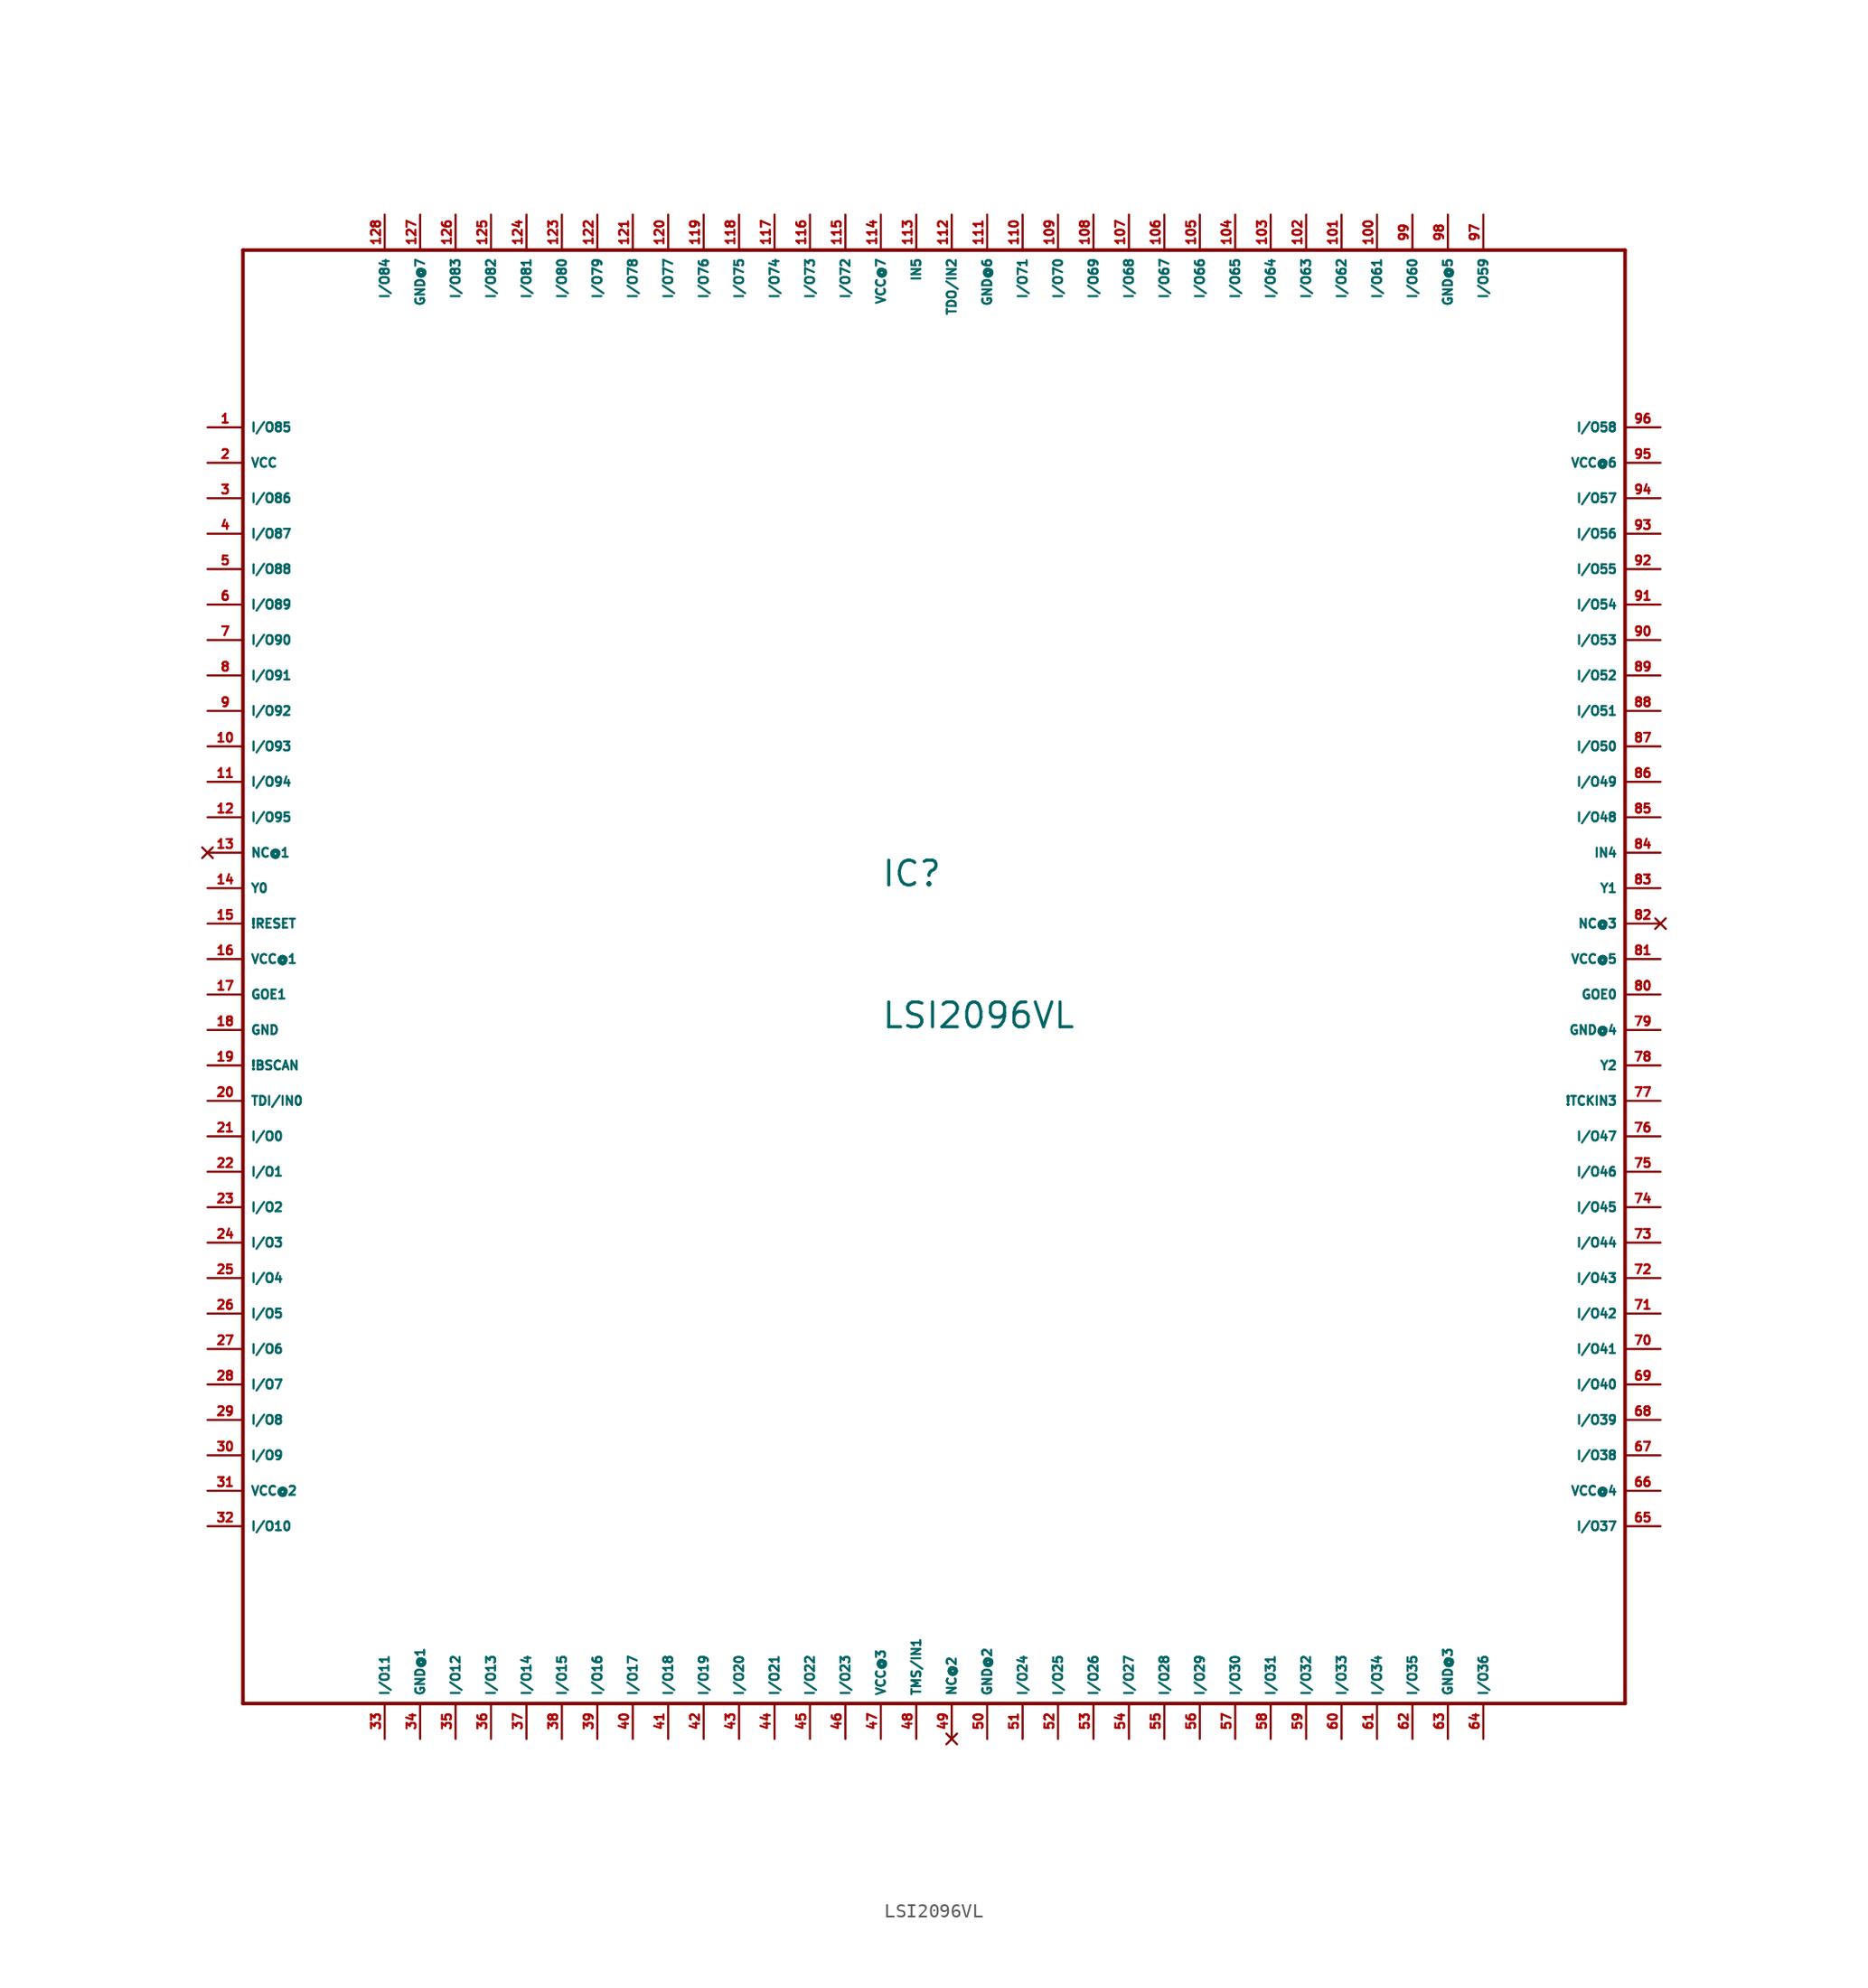
<source format=kicad_sym>
(kicad_symbol_lib
  (version 20220914)
  (generator Eagle2Kicad)
  (symbol "LSI2096VL"
    (property "Reference" "IC"
      (at -5.08 5.08 0)
      (effects (font (size 1.778 1.778) (thickness 0.22)) (justify left bottom)))
    (property "Value" "LSI2096VL"
      (at -5.08 -5.08 0)
      (effects (font (size 1.778 1.778) (thickness 0.22)) (justify left bottom)))
    (polyline
      (pts (xy -50.8 50.8) (xy 48.26 50.8))
      (stroke (width 0.254) (type default))
      (fill (type none)))
    (polyline
      (pts (xy 48.26 50.8) (xy 48.26 -53.34))
      (stroke (width 0.254) (type default))
      (fill (type none)))
    (polyline
      (pts (xy 48.26 -53.34) (xy -50.8 -53.34))
      (stroke (width 0.254) (type default))
      (fill (type none)))
    (polyline
      (pts (xy -50.8 -53.34) (xy -50.8 50.8))
      (stroke (width 0.254) (type default))
      (fill (type none)))
    (pin bidirectional line
      (at -53.34 -12.7 0)
      (length 2.54)
      (name "I/O0" (effects (font (size 0.635 0.635) (thickness 0.08)) (justify left bottom)))
      (number "21" (effects (font (size 0.635 0.635) (thickness 0.08)) (justify left bottom))))
    (pin bidirectional line
      (at -53.34 -15.24 0)
      (length 2.54)
      (name "I/O1" (effects (font (size 0.635 0.635) (thickness 0.08)) (justify left bottom)))
      (number "22" (effects (font (size 0.635 0.635) (thickness 0.08)) (justify left bottom))))
    (pin bidirectional line
      (at -53.34 -17.78 0)
      (length 2.54)
      (name "I/O2" (effects (font (size 0.635 0.635) (thickness 0.08)) (justify left bottom)))
      (number "23" (effects (font (size 0.635 0.635) (thickness 0.08)) (justify left bottom))))
    (pin bidirectional line
      (at -53.34 -20.32 0)
      (length 2.54)
      (name "I/O3" (effects (font (size 0.635 0.635) (thickness 0.08)) (justify left bottom)))
      (number "24" (effects (font (size 0.635 0.635) (thickness 0.08)) (justify left bottom))))
    (pin bidirectional line
      (at -53.34 -22.86 0)
      (length 2.54)
      (name "I/O4" (effects (font (size 0.635 0.635) (thickness 0.08)) (justify left bottom)))
      (number "25" (effects (font (size 0.635 0.635) (thickness 0.08)) (justify left bottom))))
    (pin bidirectional line
      (at -53.34 -25.4 0)
      (length 2.54)
      (name "I/O5" (effects (font (size 0.635 0.635) (thickness 0.08)) (justify left bottom)))
      (number "26" (effects (font (size 0.635 0.635) (thickness 0.08)) (justify left bottom))))
    (pin bidirectional line
      (at -53.34 -27.94 0)
      (length 2.54)
      (name "I/O6" (effects (font (size 0.635 0.635) (thickness 0.08)) (justify left bottom)))
      (number "27" (effects (font (size 0.635 0.635) (thickness 0.08)) (justify left bottom))))
    (pin bidirectional line
      (at -53.34 -30.48 0)
      (length 2.54)
      (name "I/O7" (effects (font (size 0.635 0.635) (thickness 0.08)) (justify left bottom)))
      (number "28" (effects (font (size 0.635 0.635) (thickness 0.08)) (justify left bottom))))
    (pin bidirectional line
      (at -53.34 -33.02 0)
      (length 2.54)
      (name "I/O8" (effects (font (size 0.635 0.635) (thickness 0.08)) (justify left bottom)))
      (number "29" (effects (font (size 0.635 0.635) (thickness 0.08)) (justify left bottom))))
    (pin bidirectional line
      (at -53.34 -35.56 0)
      (length 2.54)
      (name "I/O9" (effects (font (size 0.635 0.635) (thickness 0.08)) (justify left bottom)))
      (number "30" (effects (font (size 0.635 0.635) (thickness 0.08)) (justify left bottom))))
    (pin bidirectional line
      (at -53.34 -40.64 0)
      (length 2.54)
      (name "I/O10" (effects (font (size 0.635 0.635) (thickness 0.08)) (justify left bottom)))
      (number "32" (effects (font (size 0.635 0.635) (thickness 0.08)) (justify left bottom))))
    (pin bidirectional line
      (at -40.64 -55.88 90)
      (length 2.54)
      (name "I/O11" (effects (font (size 0.635 0.635) (thickness 0.08)) (justify left bottom)))
      (number "33" (effects (font (size 0.635 0.635) (thickness 0.08)) (justify left bottom))))
    (pin bidirectional line
      (at -35.56 -55.88 90)
      (length 2.54)
      (name "I/O12" (effects (font (size 0.635 0.635) (thickness 0.08)) (justify left bottom)))
      (number "35" (effects (font (size 0.635 0.635) (thickness 0.08)) (justify left bottom))))
    (pin bidirectional line
      (at -33.02 -55.88 90)
      (length 2.54)
      (name "I/O13" (effects (font (size 0.635 0.635) (thickness 0.08)) (justify left bottom)))
      (number "36" (effects (font (size 0.635 0.635) (thickness 0.08)) (justify left bottom))))
    (pin bidirectional line
      (at -30.48 -55.88 90)
      (length 2.54)
      (name "I/O14" (effects (font (size 0.635 0.635) (thickness 0.08)) (justify left bottom)))
      (number "37" (effects (font (size 0.635 0.635) (thickness 0.08)) (justify left bottom))))
    (pin bidirectional line
      (at -27.94 -55.88 90)
      (length 2.54)
      (name "I/O15" (effects (font (size 0.635 0.635) (thickness 0.08)) (justify left bottom)))
      (number "38" (effects (font (size 0.635 0.635) (thickness 0.08)) (justify left bottom))))
    (pin bidirectional line
      (at -25.4 -55.88 90)
      (length 2.54)
      (name "I/O16" (effects (font (size 0.635 0.635) (thickness 0.08)) (justify left bottom)))
      (number "39" (effects (font (size 0.635 0.635) (thickness 0.08)) (justify left bottom))))
    (pin bidirectional line
      (at -22.86 -55.88 90)
      (length 2.54)
      (name "I/O17" (effects (font (size 0.635 0.635) (thickness 0.08)) (justify left bottom)))
      (number "40" (effects (font (size 0.635 0.635) (thickness 0.08)) (justify left bottom))))
    (pin bidirectional line
      (at -20.32 -55.88 90)
      (length 2.54)
      (name "I/O18" (effects (font (size 0.635 0.635) (thickness 0.08)) (justify left bottom)))
      (number "41" (effects (font (size 0.635 0.635) (thickness 0.08)) (justify left bottom))))
    (pin bidirectional line
      (at -17.78 -55.88 90)
      (length 2.54)
      (name "I/O19" (effects (font (size 0.635 0.635) (thickness 0.08)) (justify left bottom)))
      (number "42" (effects (font (size 0.635 0.635) (thickness 0.08)) (justify left bottom))))
    (pin bidirectional line
      (at -15.24 -55.88 90)
      (length 2.54)
      (name "I/O20" (effects (font (size 0.635 0.635) (thickness 0.08)) (justify left bottom)))
      (number "43" (effects (font (size 0.635 0.635) (thickness 0.08)) (justify left bottom))))
    (pin bidirectional line
      (at -12.7 -55.88 90)
      (length 2.54)
      (name "I/O21" (effects (font (size 0.635 0.635) (thickness 0.08)) (justify left bottom)))
      (number "44" (effects (font (size 0.635 0.635) (thickness 0.08)) (justify left bottom))))
    (pin bidirectional line
      (at -10.16 -55.88 90)
      (length 2.54)
      (name "I/O22" (effects (font (size 0.635 0.635) (thickness 0.08)) (justify left bottom)))
      (number "45" (effects (font (size 0.635 0.635) (thickness 0.08)) (justify left bottom))))
    (pin bidirectional line
      (at -7.62 -55.88 90)
      (length 2.54)
      (name "I/O23" (effects (font (size 0.635 0.635) (thickness 0.08)) (justify left bottom)))
      (number "46" (effects (font (size 0.635 0.635) (thickness 0.08)) (justify left bottom))))
    (pin bidirectional line
      (at 5.08 -55.88 90)
      (length 2.54)
      (name "I/O24" (effects (font (size 0.635 0.635) (thickness 0.08)) (justify left bottom)))
      (number "51" (effects (font (size 0.635 0.635) (thickness 0.08)) (justify left bottom))))
    (pin bidirectional line
      (at 7.62 -55.88 90)
      (length 2.54)
      (name "I/O25" (effects (font (size 0.635 0.635) (thickness 0.08)) (justify left bottom)))
      (number "52" (effects (font (size 0.635 0.635) (thickness 0.08)) (justify left bottom))))
    (pin bidirectional line
      (at 10.16 -55.88 90)
      (length 2.54)
      (name "I/O26" (effects (font (size 0.635 0.635) (thickness 0.08)) (justify left bottom)))
      (number "53" (effects (font (size 0.635 0.635) (thickness 0.08)) (justify left bottom))))
    (pin bidirectional line
      (at 12.7 -55.88 90)
      (length 2.54)
      (name "I/O27" (effects (font (size 0.635 0.635) (thickness 0.08)) (justify left bottom)))
      (number "54" (effects (font (size 0.635 0.635) (thickness 0.08)) (justify left bottom))))
    (pin bidirectional line
      (at 15.24 -55.88 90)
      (length 2.54)
      (name "I/O28" (effects (font (size 0.635 0.635) (thickness 0.08)) (justify left bottom)))
      (number "55" (effects (font (size 0.635 0.635) (thickness 0.08)) (justify left bottom))))
    (pin bidirectional line
      (at 17.78 -55.88 90)
      (length 2.54)
      (name "I/O29" (effects (font (size 0.635 0.635) (thickness 0.08)) (justify left bottom)))
      (number "56" (effects (font (size 0.635 0.635) (thickness 0.08)) (justify left bottom))))
    (pin bidirectional line
      (at 20.32 -55.88 90)
      (length 2.54)
      (name "I/O30" (effects (font (size 0.635 0.635) (thickness 0.08)) (justify left bottom)))
      (number "57" (effects (font (size 0.635 0.635) (thickness 0.08)) (justify left bottom))))
    (pin bidirectional line
      (at 22.86 -55.88 90)
      (length 2.54)
      (name "I/O31" (effects (font (size 0.635 0.635) (thickness 0.08)) (justify left bottom)))
      (number "58" (effects (font (size 0.635 0.635) (thickness 0.08)) (justify left bottom))))
    (pin bidirectional line
      (at 25.4 -55.88 90)
      (length 2.54)
      (name "I/O32" (effects (font (size 0.635 0.635) (thickness 0.08)) (justify left bottom)))
      (number "59" (effects (font (size 0.635 0.635) (thickness 0.08)) (justify left bottom))))
    (pin bidirectional line
      (at 27.94 -55.88 90)
      (length 2.54)
      (name "I/O33" (effects (font (size 0.635 0.635) (thickness 0.08)) (justify left bottom)))
      (number "60" (effects (font (size 0.635 0.635) (thickness 0.08)) (justify left bottom))))
    (pin bidirectional line
      (at 30.48 -55.88 90)
      (length 2.54)
      (name "I/O34" (effects (font (size 0.635 0.635) (thickness 0.08)) (justify left bottom)))
      (number "61" (effects (font (size 0.635 0.635) (thickness 0.08)) (justify left bottom))))
    (pin bidirectional line
      (at 33.02 -55.88 90)
      (length 2.54)
      (name "I/O35" (effects (font (size 0.635 0.635) (thickness 0.08)) (justify left bottom)))
      (number "62" (effects (font (size 0.635 0.635) (thickness 0.08)) (justify left bottom))))
    (pin bidirectional line
      (at 38.1 -55.88 90)
      (length 2.54)
      (name "I/O36" (effects (font (size 0.635 0.635) (thickness 0.08)) (justify left bottom)))
      (number "64" (effects (font (size 0.635 0.635) (thickness 0.08)) (justify left bottom))))
    (pin bidirectional line
      (at 50.8 -40.64 180)
      (length 2.54)
      (name "I/O37" (effects (font (size 0.635 0.635) (thickness 0.08)) (justify left bottom)))
      (number "65" (effects (font (size 0.635 0.635) (thickness 0.08)) (justify left bottom))))
    (pin bidirectional line
      (at 50.8 -35.56 180)
      (length 2.54)
      (name "I/O38" (effects (font (size 0.635 0.635) (thickness 0.08)) (justify left bottom)))
      (number "67" (effects (font (size 0.635 0.635) (thickness 0.08)) (justify left bottom))))
    (pin bidirectional line
      (at 50.8 -33.02 180)
      (length 2.54)
      (name "I/O39" (effects (font (size 0.635 0.635) (thickness 0.08)) (justify left bottom)))
      (number "68" (effects (font (size 0.635 0.635) (thickness 0.08)) (justify left bottom))))
    (pin bidirectional line
      (at 50.8 -30.48 180)
      (length 2.54)
      (name "I/O40" (effects (font (size 0.635 0.635) (thickness 0.08)) (justify left bottom)))
      (number "69" (effects (font (size 0.635 0.635) (thickness 0.08)) (justify left bottom))))
    (pin bidirectional line
      (at 50.8 -27.94 180)
      (length 2.54)
      (name "I/O41" (effects (font (size 0.635 0.635) (thickness 0.08)) (justify left bottom)))
      (number "70" (effects (font (size 0.635 0.635) (thickness 0.08)) (justify left bottom))))
    (pin bidirectional line
      (at 50.8 -25.4 180)
      (length 2.54)
      (name "I/O42" (effects (font (size 0.635 0.635) (thickness 0.08)) (justify left bottom)))
      (number "71" (effects (font (size 0.635 0.635) (thickness 0.08)) (justify left bottom))))
    (pin bidirectional line
      (at 50.8 -22.86 180)
      (length 2.54)
      (name "I/O43" (effects (font (size 0.635 0.635) (thickness 0.08)) (justify left bottom)))
      (number "72" (effects (font (size 0.635 0.635) (thickness 0.08)) (justify left bottom))))
    (pin bidirectional line
      (at 50.8 -20.32 180)
      (length 2.54)
      (name "I/O44" (effects (font (size 0.635 0.635) (thickness 0.08)) (justify left bottom)))
      (number "73" (effects (font (size 0.635 0.635) (thickness 0.08)) (justify left bottom))))
    (pin bidirectional line
      (at 50.8 -17.78 180)
      (length 2.54)
      (name "I/O45" (effects (font (size 0.635 0.635) (thickness 0.08)) (justify left bottom)))
      (number "74" (effects (font (size 0.635 0.635) (thickness 0.08)) (justify left bottom))))
    (pin bidirectional line
      (at 50.8 -15.24 180)
      (length 2.54)
      (name "I/O46" (effects (font (size 0.635 0.635) (thickness 0.08)) (justify left bottom)))
      (number "75" (effects (font (size 0.635 0.635) (thickness 0.08)) (justify left bottom))))
    (pin bidirectional line
      (at 50.8 -12.7 180)
      (length 2.54)
      (name "I/O47" (effects (font (size 0.635 0.635) (thickness 0.08)) (justify left bottom)))
      (number "76" (effects (font (size 0.635 0.635) (thickness 0.08)) (justify left bottom))))
    (pin bidirectional line
      (at 50.8 10.16 180)
      (length 2.54)
      (name "I/O48" (effects (font (size 0.635 0.635) (thickness 0.08)) (justify left bottom)))
      (number "85" (effects (font (size 0.635 0.635) (thickness 0.08)) (justify left bottom))))
    (pin bidirectional line
      (at 50.8 12.7 180)
      (length 2.54)
      (name "I/O49" (effects (font (size 0.635 0.635) (thickness 0.08)) (justify left bottom)))
      (number "86" (effects (font (size 0.635 0.635) (thickness 0.08)) (justify left bottom))))
    (pin bidirectional line
      (at 50.8 15.24 180)
      (length 2.54)
      (name "I/O50" (effects (font (size 0.635 0.635) (thickness 0.08)) (justify left bottom)))
      (number "87" (effects (font (size 0.635 0.635) (thickness 0.08)) (justify left bottom))))
    (pin bidirectional line
      (at 50.8 17.78 180)
      (length 2.54)
      (name "I/O51" (effects (font (size 0.635 0.635) (thickness 0.08)) (justify left bottom)))
      (number "88" (effects (font (size 0.635 0.635) (thickness 0.08)) (justify left bottom))))
    (pin bidirectional line
      (at 50.8 20.32 180)
      (length 2.54)
      (name "I/O52" (effects (font (size 0.635 0.635) (thickness 0.08)) (justify left bottom)))
      (number "89" (effects (font (size 0.635 0.635) (thickness 0.08)) (justify left bottom))))
    (pin bidirectional line
      (at 50.8 22.86 180)
      (length 2.54)
      (name "I/O53" (effects (font (size 0.635 0.635) (thickness 0.08)) (justify left bottom)))
      (number "90" (effects (font (size 0.635 0.635) (thickness 0.08)) (justify left bottom))))
    (pin bidirectional line
      (at 50.8 25.4 180)
      (length 2.54)
      (name "I/O54" (effects (font (size 0.635 0.635) (thickness 0.08)) (justify left bottom)))
      (number "91" (effects (font (size 0.635 0.635) (thickness 0.08)) (justify left bottom))))
    (pin bidirectional line
      (at 50.8 27.94 180)
      (length 2.54)
      (name "I/O55" (effects (font (size 0.635 0.635) (thickness 0.08)) (justify left bottom)))
      (number "92" (effects (font (size 0.635 0.635) (thickness 0.08)) (justify left bottom))))
    (pin bidirectional line
      (at 50.8 30.48 180)
      (length 2.54)
      (name "I/O56" (effects (font (size 0.635 0.635) (thickness 0.08)) (justify left bottom)))
      (number "93" (effects (font (size 0.635 0.635) (thickness 0.08)) (justify left bottom))))
    (pin bidirectional line
      (at 50.8 33.02 180)
      (length 2.54)
      (name "I/O57" (effects (font (size 0.635 0.635) (thickness 0.08)) (justify left bottom)))
      (number "94" (effects (font (size 0.635 0.635) (thickness 0.08)) (justify left bottom))))
    (pin bidirectional line
      (at 50.8 38.1 180)
      (length 2.54)
      (name "I/O58" (effects (font (size 0.635 0.635) (thickness 0.08)) (justify left bottom)))
      (number "96" (effects (font (size 0.635 0.635) (thickness 0.08)) (justify left bottom))))
    (pin bidirectional line
      (at 38.1 53.34 270)
      (length 2.54)
      (name "I/O59" (effects (font (size 0.635 0.635) (thickness 0.08)) (justify left bottom)))
      (number "97" (effects (font (size 0.635 0.635) (thickness 0.08)) (justify left bottom))))
    (pin bidirectional line
      (at 33.02 53.34 270)
      (length 2.54)
      (name "I/O60" (effects (font (size 0.635 0.635) (thickness 0.08)) (justify left bottom)))
      (number "99" (effects (font (size 0.635 0.635) (thickness 0.08)) (justify left bottom))))
    (pin bidirectional line
      (at 30.48 53.34 270)
      (length 2.54)
      (name "I/O61" (effects (font (size 0.635 0.635) (thickness 0.08)) (justify left bottom)))
      (number "100" (effects (font (size 0.635 0.635) (thickness 0.08)) (justify left bottom))))
    (pin bidirectional line
      (at 27.94 53.34 270)
      (length 2.54)
      (name "I/O62" (effects (font (size 0.635 0.635) (thickness 0.08)) (justify left bottom)))
      (number "101" (effects (font (size 0.635 0.635) (thickness 0.08)) (justify left bottom))))
    (pin bidirectional line
      (at 25.4 53.34 270)
      (length 2.54)
      (name "I/O63" (effects (font (size 0.635 0.635) (thickness 0.08)) (justify left bottom)))
      (number "102" (effects (font (size 0.635 0.635) (thickness 0.08)) (justify left bottom))))
    (pin bidirectional line
      (at 22.86 53.34 270)
      (length 2.54)
      (name "I/O64" (effects (font (size 0.635 0.635) (thickness 0.08)) (justify left bottom)))
      (number "103" (effects (font (size 0.635 0.635) (thickness 0.08)) (justify left bottom))))
    (pin bidirectional line
      (at 20.32 53.34 270)
      (length 2.54)
      (name "I/O65" (effects (font (size 0.635 0.635) (thickness 0.08)) (justify left bottom)))
      (number "104" (effects (font (size 0.635 0.635) (thickness 0.08)) (justify left bottom))))
    (pin bidirectional line
      (at 17.78 53.34 270)
      (length 2.54)
      (name "I/O66" (effects (font (size 0.635 0.635) (thickness 0.08)) (justify left bottom)))
      (number "105" (effects (font (size 0.635 0.635) (thickness 0.08)) (justify left bottom))))
    (pin bidirectional line
      (at 15.24 53.34 270)
      (length 2.54)
      (name "I/O67" (effects (font (size 0.635 0.635) (thickness 0.08)) (justify left bottom)))
      (number "106" (effects (font (size 0.635 0.635) (thickness 0.08)) (justify left bottom))))
    (pin bidirectional line
      (at 12.7 53.34 270)
      (length 2.54)
      (name "I/O68" (effects (font (size 0.635 0.635) (thickness 0.08)) (justify left bottom)))
      (number "107" (effects (font (size 0.635 0.635) (thickness 0.08)) (justify left bottom))))
    (pin bidirectional line
      (at 10.16 53.34 270)
      (length 2.54)
      (name "I/O69" (effects (font (size 0.635 0.635) (thickness 0.08)) (justify left bottom)))
      (number "108" (effects (font (size 0.635 0.635) (thickness 0.08)) (justify left bottom))))
    (pin bidirectional line
      (at 7.62 53.34 270)
      (length 2.54)
      (name "I/O70" (effects (font (size 0.635 0.635) (thickness 0.08)) (justify left bottom)))
      (number "109" (effects (font (size 0.635 0.635) (thickness 0.08)) (justify left bottom))))
    (pin bidirectional line
      (at 5.08 53.34 270)
      (length 2.54)
      (name "I/O71" (effects (font (size 0.635 0.635) (thickness 0.08)) (justify left bottom)))
      (number "110" (effects (font (size 0.635 0.635) (thickness 0.08)) (justify left bottom))))
    (pin bidirectional line
      (at -7.62 53.34 270)
      (length 2.54)
      (name "I/O72" (effects (font (size 0.635 0.635) (thickness 0.08)) (justify left bottom)))
      (number "115" (effects (font (size 0.635 0.635) (thickness 0.08)) (justify left bottom))))
    (pin bidirectional line
      (at -10.16 53.34 270)
      (length 2.54)
      (name "I/O73" (effects (font (size 0.635 0.635) (thickness 0.08)) (justify left bottom)))
      (number "116" (effects (font (size 0.635 0.635) (thickness 0.08)) (justify left bottom))))
    (pin bidirectional line
      (at -12.7 53.34 270)
      (length 2.54)
      (name "I/O74" (effects (font (size 0.635 0.635) (thickness 0.08)) (justify left bottom)))
      (number "117" (effects (font (size 0.635 0.635) (thickness 0.08)) (justify left bottom))))
    (pin bidirectional line
      (at -15.24 53.34 270)
      (length 2.54)
      (name "I/O75" (effects (font (size 0.635 0.635) (thickness 0.08)) (justify left bottom)))
      (number "118" (effects (font (size 0.635 0.635) (thickness 0.08)) (justify left bottom))))
    (pin bidirectional line
      (at -17.78 53.34 270)
      (length 2.54)
      (name "I/O76" (effects (font (size 0.635 0.635) (thickness 0.08)) (justify left bottom)))
      (number "119" (effects (font (size 0.635 0.635) (thickness 0.08)) (justify left bottom))))
    (pin bidirectional line
      (at -20.32 53.34 270)
      (length 2.54)
      (name "I/O77" (effects (font (size 0.635 0.635) (thickness 0.08)) (justify left bottom)))
      (number "120" (effects (font (size 0.635 0.635) (thickness 0.08)) (justify left bottom))))
    (pin bidirectional line
      (at -22.86 53.34 270)
      (length 2.54)
      (name "I/O78" (effects (font (size 0.635 0.635) (thickness 0.08)) (justify left bottom)))
      (number "121" (effects (font (size 0.635 0.635) (thickness 0.08)) (justify left bottom))))
    (pin bidirectional line
      (at -25.4 53.34 270)
      (length 2.54)
      (name "I/O79" (effects (font (size 0.635 0.635) (thickness 0.08)) (justify left bottom)))
      (number "122" (effects (font (size 0.635 0.635) (thickness 0.08)) (justify left bottom))))
    (pin bidirectional line
      (at -27.94 53.34 270)
      (length 2.54)
      (name "I/O80" (effects (font (size 0.635 0.635) (thickness 0.08)) (justify left bottom)))
      (number "123" (effects (font (size 0.635 0.635) (thickness 0.08)) (justify left bottom))))
    (pin bidirectional line
      (at -30.48 53.34 270)
      (length 2.54)
      (name "I/O81" (effects (font (size 0.635 0.635) (thickness 0.08)) (justify left bottom)))
      (number "124" (effects (font (size 0.635 0.635) (thickness 0.08)) (justify left bottom))))
    (pin bidirectional line
      (at -33.02 53.34 270)
      (length 2.54)
      (name "I/O82" (effects (font (size 0.635 0.635) (thickness 0.08)) (justify left bottom)))
      (number "125" (effects (font (size 0.635 0.635) (thickness 0.08)) (justify left bottom))))
    (pin bidirectional line
      (at -35.56 53.34 270)
      (length 2.54)
      (name "I/O83" (effects (font (size 0.635 0.635) (thickness 0.08)) (justify left bottom)))
      (number "126" (effects (font (size 0.635 0.635) (thickness 0.08)) (justify left bottom))))
    (pin bidirectional line
      (at -40.64 53.34 270)
      (length 2.54)
      (name "I/O84" (effects (font (size 0.635 0.635) (thickness 0.08)) (justify left bottom)))
      (number "128" (effects (font (size 0.635 0.635) (thickness 0.08)) (justify left bottom))))
    (pin bidirectional line
      (at -53.34 38.1 0)
      (length 2.54)
      (name "I/O85" (effects (font (size 0.635 0.635) (thickness 0.08)) (justify left bottom)))
      (number "1" (effects (font (size 0.635 0.635) (thickness 0.08)) (justify left bottom))))
    (pin bidirectional line
      (at -53.34 33.02 0)
      (length 2.54)
      (name "I/O86" (effects (font (size 0.635 0.635) (thickness 0.08)) (justify left bottom)))
      (number "3" (effects (font (size 0.635 0.635) (thickness 0.08)) (justify left bottom))))
    (pin bidirectional line
      (at -53.34 30.48 0)
      (length 2.54)
      (name "I/O87" (effects (font (size 0.635 0.635) (thickness 0.08)) (justify left bottom)))
      (number "4" (effects (font (size 0.635 0.635) (thickness 0.08)) (justify left bottom))))
    (pin bidirectional line
      (at -53.34 27.94 0)
      (length 2.54)
      (name "I/O88" (effects (font (size 0.635 0.635) (thickness 0.08)) (justify left bottom)))
      (number "5" (effects (font (size 0.635 0.635) (thickness 0.08)) (justify left bottom))))
    (pin bidirectional line
      (at -53.34 25.4 0)
      (length 2.54)
      (name "I/O89" (effects (font (size 0.635 0.635) (thickness 0.08)) (justify left bottom)))
      (number "6" (effects (font (size 0.635 0.635) (thickness 0.08)) (justify left bottom))))
    (pin bidirectional line
      (at -53.34 22.86 0)
      (length 2.54)
      (name "I/O90" (effects (font (size 0.635 0.635) (thickness 0.08)) (justify left bottom)))
      (number "7" (effects (font (size 0.635 0.635) (thickness 0.08)) (justify left bottom))))
    (pin bidirectional line
      (at -53.34 20.32 0)
      (length 2.54)
      (name "I/O91" (effects (font (size 0.635 0.635) (thickness 0.08)) (justify left bottom)))
      (number "8" (effects (font (size 0.635 0.635) (thickness 0.08)) (justify left bottom))))
    (pin bidirectional line
      (at -53.34 17.78 0)
      (length 2.54)
      (name "I/O92" (effects (font (size 0.635 0.635) (thickness 0.08)) (justify left bottom)))
      (number "9" (effects (font (size 0.635 0.635) (thickness 0.08)) (justify left bottom))))
    (pin bidirectional line
      (at -53.34 15.24 0)
      (length 2.54)
      (name "I/O93" (effects (font (size 0.635 0.635) (thickness 0.08)) (justify left bottom)))
      (number "10" (effects (font (size 0.635 0.635) (thickness 0.08)) (justify left bottom))))
    (pin bidirectional line
      (at -53.34 12.7 0)
      (length 2.54)
      (name "I/O94" (effects (font (size 0.635 0.635) (thickness 0.08)) (justify left bottom)))
      (number "11" (effects (font (size 0.635 0.635) (thickness 0.08)) (justify left bottom))))
    (pin bidirectional line
      (at -53.34 10.16 0)
      (length 2.54)
      (name "I/O95" (effects (font (size 0.635 0.635) (thickness 0.08)) (justify left bottom)))
      (number "12" (effects (font (size 0.635 0.635) (thickness 0.08)) (justify left bottom))))
    (pin input line
      (at -53.34 5.08 0)
      (length 2.54)
      (name "Y0" (effects (font (size 0.635 0.635) (thickness 0.08)) (justify left bottom)))
      (number "14" (effects (font (size 0.635 0.635) (thickness 0.08)) (justify left bottom))))
    (pin input line
      (at -53.34 2.54 0)
      (length 2.54)
      (name "!RESET" (effects (font (size 0.635 0.635) (thickness 0.08)) (justify left bottom)))
      (number "15" (effects (font (size 0.635 0.635) (thickness 0.08)) (justify left bottom))))
    (pin input line
      (at -53.34 -2.54 0)
      (length 2.54)
      (name "GOE1" (effects (font (size 0.635 0.635) (thickness 0.08)) (justify left bottom)))
      (number "17" (effects (font (size 0.635 0.635) (thickness 0.08)) (justify left bottom))))
    (pin input line
      (at -53.34 -7.62 0)
      (length 2.54)
      (name "!BSCAN" (effects (font (size 0.635 0.635) (thickness 0.08)) (justify left bottom)))
      (number "19" (effects (font (size 0.635 0.635) (thickness 0.08)) (justify left bottom))))
    (pin input line
      (at -53.34 -10.16 0)
      (length 2.54)
      (name "TDI/IN0" (effects (font (size 0.635 0.635) (thickness 0.08)) (justify left bottom)))
      (number "20" (effects (font (size 0.635 0.635) (thickness 0.08)) (justify left bottom))))
    (pin input line
      (at -2.54 -55.88 90)
      (length 2.54)
      (name "TMS/IN1" (effects (font (size 0.635 0.635) (thickness 0.08)) (justify left bottom)))
      (number "48" (effects (font (size 0.635 0.635) (thickness 0.08)) (justify left bottom))))
    (pin input line
      (at 50.8 -10.16 180)
      (length 2.54)
      (name "!TCKIN3" (effects (font (size 0.635 0.635) (thickness 0.08)) (justify left bottom)))
      (number "77" (effects (font (size 0.635 0.635) (thickness 0.08)) (justify left bottom))))
    (pin input line
      (at 50.8 -7.62 180)
      (length 2.54)
      (name "Y2" (effects (font (size 0.635 0.635) (thickness 0.08)) (justify left bottom)))
      (number "78" (effects (font (size 0.635 0.635) (thickness 0.08)) (justify left bottom))))
    (pin input line
      (at 50.8 -2.54 180)
      (length 2.54)
      (name "GOE0" (effects (font (size 0.635 0.635) (thickness 0.08)) (justify left bottom)))
      (number "80" (effects (font (size 0.635 0.635) (thickness 0.08)) (justify left bottom))))
    (pin input line
      (at 50.8 5.08 180)
      (length 2.54)
      (name "Y1" (effects (font (size 0.635 0.635) (thickness 0.08)) (justify left bottom)))
      (number "83" (effects (font (size 0.635 0.635) (thickness 0.08)) (justify left bottom))))
    (pin input line
      (at 50.8 7.62 180)
      (length 2.54)
      (name "IN4" (effects (font (size 0.635 0.635) (thickness 0.08)) (justify left bottom)))
      (number "84" (effects (font (size 0.635 0.635) (thickness 0.08)) (justify left bottom))))
    (pin bidirectional line
      (at 0 53.34 270)
      (length 2.54)
      (name "TDO/IN2" (effects (font (size 0.635 0.635) (thickness 0.08)) (justify left bottom)))
      (number "112" (effects (font (size 0.635 0.635) (thickness 0.08)) (justify left bottom))))
    (pin input line
      (at -2.54 53.34 270)
      (length 2.54)
      (name "IN5" (effects (font (size 0.635 0.635) (thickness 0.08)) (justify left bottom)))
      (number "113" (effects (font (size 0.635 0.635) (thickness 0.08)) (justify left bottom))))
    (pin unspecified line
      (at -53.34 35.56 0)
      (length 2.54)
      (name "VCC" (effects (font (size 0.635 0.635) (thickness 0.08)) (justify left bottom)))
      (number "2" (effects (font (size 0.635 0.635) (thickness 0.08)) (justify left bottom))))
    (pin unspecified line
      (at -53.34 0 0)
      (length 2.54)
      (name "VCC@1" (effects (font (size 0.635 0.635) (thickness 0.08)) (justify left bottom)))
      (number "16" (effects (font (size 0.635 0.635) (thickness 0.08)) (justify left bottom))))
    (pin unspecified line
      (at -53.34 -5.08 0)
      (length 2.54)
      (name "GND" (effects (font (size 0.635 0.635) (thickness 0.08)) (justify left bottom)))
      (number "18" (effects (font (size 0.635 0.635) (thickness 0.08)) (justify left bottom))))
    (pin unspecified line
      (at -53.34 -38.1 0)
      (length 2.54)
      (name "VCC@2" (effects (font (size 0.635 0.635) (thickness 0.08)) (justify left bottom)))
      (number "31" (effects (font (size 0.635 0.635) (thickness 0.08)) (justify left bottom))))
    (pin unspecified line
      (at -38.1 -55.88 90)
      (length 2.54)
      (name "GND@1" (effects (font (size 0.635 0.635) (thickness 0.08)) (justify left bottom)))
      (number "34" (effects (font (size 0.635 0.635) (thickness 0.08)) (justify left bottom))))
    (pin unspecified line
      (at -5.08 -55.88 90)
      (length 2.54)
      (name "VCC@3" (effects (font (size 0.635 0.635) (thickness 0.08)) (justify left bottom)))
      (number "47" (effects (font (size 0.635 0.635) (thickness 0.08)) (justify left bottom))))
    (pin unspecified line
      (at 2.54 -55.88 90)
      (length 2.54)
      (name "GND@2" (effects (font (size 0.635 0.635) (thickness 0.08)) (justify left bottom)))
      (number "50" (effects (font (size 0.635 0.635) (thickness 0.08)) (justify left bottom))))
    (pin unspecified line
      (at 35.56 -55.88 90)
      (length 2.54)
      (name "GND@3" (effects (font (size 0.635 0.635) (thickness 0.08)) (justify left bottom)))
      (number "63" (effects (font (size 0.635 0.635) (thickness 0.08)) (justify left bottom))))
    (pin unspecified line
      (at 50.8 -38.1 180)
      (length 2.54)
      (name "VCC@4" (effects (font (size 0.635 0.635) (thickness 0.08)) (justify left bottom)))
      (number "66" (effects (font (size 0.635 0.635) (thickness 0.08)) (justify left bottom))))
    (pin unspecified line
      (at 50.8 -5.08 180)
      (length 2.54)
      (name "GND@4" (effects (font (size 0.635 0.635) (thickness 0.08)) (justify left bottom)))
      (number "79" (effects (font (size 0.635 0.635) (thickness 0.08)) (justify left bottom))))
    (pin unspecified line
      (at 50.8 0 180)
      (length 2.54)
      (name "VCC@5" (effects (font (size 0.635 0.635) (thickness 0.08)) (justify left bottom)))
      (number "81" (effects (font (size 0.635 0.635) (thickness 0.08)) (justify left bottom))))
    (pin unspecified line
      (at 50.8 35.56 180)
      (length 2.54)
      (name "VCC@6" (effects (font (size 0.635 0.635) (thickness 0.08)) (justify left bottom)))
      (number "95" (effects (font (size 0.635 0.635) (thickness 0.08)) (justify left bottom))))
    (pin unspecified line
      (at 35.56 53.34 270)
      (length 2.54)
      (name "GND@5" (effects (font (size 0.635 0.635) (thickness 0.08)) (justify left bottom)))
      (number "98" (effects (font (size 0.635 0.635) (thickness 0.08)) (justify left bottom))))
    (pin unspecified line
      (at 2.54 53.34 270)
      (length 2.54)
      (name "GND@6" (effects (font (size 0.635 0.635) (thickness 0.08)) (justify left bottom)))
      (number "111" (effects (font (size 0.635 0.635) (thickness 0.08)) (justify left bottom))))
    (pin unspecified line
      (at -5.08 53.34 270)
      (length 2.54)
      (name "VCC@7" (effects (font (size 0.635 0.635) (thickness 0.08)) (justify left bottom)))
      (number "114" (effects (font (size 0.635 0.635) (thickness 0.08)) (justify left bottom))))
    (pin unspecified line
      (at -38.1 53.34 270)
      (length 2.54)
      (name "GND@7" (effects (font (size 0.635 0.635) (thickness 0.08)) (justify left bottom)))
      (number "127" (effects (font (size 0.635 0.635) (thickness 0.08)) (justify left bottom))))
    (pin no_connect line
      (at -53.34 7.62 0)
      (length 2.54)
      (name "NC@1" (effects (font (size 0.635 0.635) (thickness 0.08)) (justify left bottom) hide))
      (number "13" (effects (font (size 0.635 0.635) (thickness 0.08)) (justify left bottom) hide)))
    (pin no_connect line
      (at 0 -55.88 90)
      (length 2.54)
      (name "NC@2" (effects (font (size 0.635 0.635) (thickness 0.08)) (justify left bottom) hide))
      (number "49" (effects (font (size 0.635 0.635) (thickness 0.08)) (justify left bottom) hide)))
    (pin no_connect line
      (at 50.8 2.54 180)
      (length 2.54)
      (name "NC@3" (effects (font (size 0.635 0.635) (thickness 0.08)) (justify left bottom) hide))
      (number "82" (effects (font (size 0.635 0.635) (thickness 0.08)) (justify left bottom) hide)))))
</source>
